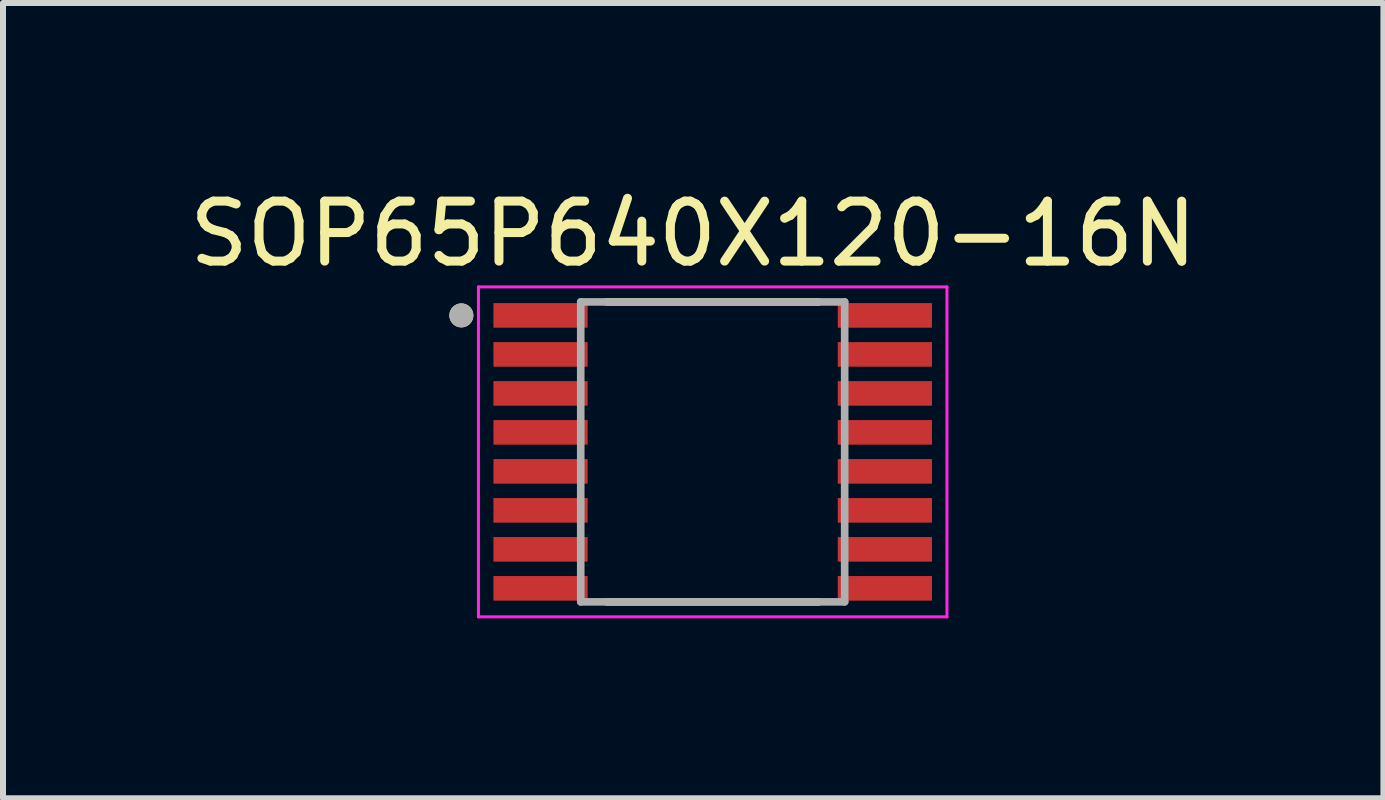
<source format=kicad_pcb>
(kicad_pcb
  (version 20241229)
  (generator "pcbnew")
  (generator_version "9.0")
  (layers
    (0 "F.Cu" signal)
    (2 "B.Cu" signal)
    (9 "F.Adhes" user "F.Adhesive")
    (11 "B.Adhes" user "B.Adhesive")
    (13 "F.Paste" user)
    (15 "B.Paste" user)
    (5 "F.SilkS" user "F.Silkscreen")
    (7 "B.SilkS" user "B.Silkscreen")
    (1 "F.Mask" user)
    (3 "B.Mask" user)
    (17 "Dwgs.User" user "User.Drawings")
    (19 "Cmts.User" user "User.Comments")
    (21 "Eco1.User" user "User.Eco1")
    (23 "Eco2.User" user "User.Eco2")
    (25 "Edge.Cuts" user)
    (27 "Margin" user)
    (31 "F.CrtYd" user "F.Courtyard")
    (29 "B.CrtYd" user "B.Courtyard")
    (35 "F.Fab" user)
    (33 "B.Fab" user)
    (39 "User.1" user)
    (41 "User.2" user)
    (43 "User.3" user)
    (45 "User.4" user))
  (footprint "SOP65P640X120-16N"
    (layer "F.Cu")
    (at 8.831 4.483)
    (property "Reference" "SOP65P640X120-16N" (at -0.325 -3.635 0) (layer "F.SilkS") (effects (font (size 1 1) (thickness 0.15))))
    (attr through_hole)
    (fp_line (start -1.765 -2.5) (end 1.765 -2.5) (stroke (width 0.127) (type solid)) (layer "F.SilkS"))
    (fp_line (start 1.765 2.5) (end -1.765 2.5) (stroke (width 0.127) (type solid)) (layer "F.SilkS"))
    (fp_circle (center -4.19 -2.275) (end -4.09 -2.275) (stroke (width 0.2) (type solid)) (fill no) (layer "F.SilkS"))
    (fp_line (start -3.905 -2.75) (end -3.905 2.75) (stroke (width 0.05) (type solid)) (layer "F.CrtYd"))
    (fp_line (start -3.905 -2.75) (end 3.905 -2.75) (stroke (width 0.05) (type solid)) (layer "F.CrtYd"))
    (fp_line (start -3.905 2.75) (end 3.905 2.75) (stroke (width 0.05) (type solid)) (layer "F.CrtYd"))
    (fp_line (start 3.905 -2.75) (end 3.905 2.75) (stroke (width 0.05) (type solid)) (layer "F.CrtYd"))
    (fp_line (start -2.2 -2.5) (end -2.2 2.5) (stroke (width 0.127) (type solid)) (layer "F.Fab"))
    (fp_line (start -2.2 -2.5) (end 2.2 -2.5) (stroke (width 0.127) (type solid)) (layer "F.Fab"))
    (fp_line (start -2.2 2.5) (end 2.2 2.5) (stroke (width 0.127) (type solid)) (layer "F.Fab"))
    (fp_line (start 2.2 -2.5) (end 2.2 2.5) (stroke (width 0.127) (type solid)) (layer "F.Fab"))
    (fp_circle (center -4.19 -2.275) (end -4.09 -2.275) (stroke (width 0.2) (type solid)) (fill no) (layer "F.Fab"))
    (pad "1" smd rect (at -2.87 -2.275) (size 1.57 0.41) (layers "F.Cu" "F.Mask" "F.Paste"))
    (pad "2" smd rect (at -2.87 -1.625) (size 1.57 0.41) (layers "F.Cu" "F.Mask" "F.Paste"))
    (pad "3" smd rect (at -2.87 -0.975) (size 1.57 0.41) (layers "F.Cu" "F.Mask" "F.Paste"))
    (pad "4" smd rect (at -2.87 -0.325) (size 1.57 0.41) (layers "F.Cu" "F.Mask" "F.Paste"))
    (pad "5" smd rect (at -2.87 0.325) (size 1.57 0.41) (layers "F.Cu" "F.Mask" "F.Paste"))
    (pad "6" smd rect (at -2.87 0.975) (size 1.57 0.41) (layers "F.Cu" "F.Mask" "F.Paste"))
    (pad "7" smd rect (at -2.87 1.625) (size 1.57 0.41) (layers "F.Cu" "F.Mask" "F.Paste"))
    (pad "8" smd rect (at -2.87 2.275) (size 1.57 0.41) (layers "F.Cu" "F.Mask" "F.Paste"))
    (pad "9" smd rect (at 2.87 2.275) (size 1.57 0.41) (layers "F.Cu" "F.Mask" "F.Paste"))
    (pad "10" smd rect (at 2.87 1.625) (size 1.57 0.41) (layers "F.Cu" "F.Mask" "F.Paste"))
    (pad "11" smd rect (at 2.87 0.975) (size 1.57 0.41) (layers "F.Cu" "F.Mask" "F.Paste"))
    (pad "12" smd rect (at 2.87 0.325) (size 1.57 0.41) (layers "F.Cu" "F.Mask" "F.Paste"))
    (pad "13" smd rect (at 2.87 -0.325) (size 1.57 0.41) (layers "F.Cu" "F.Mask" "F.Paste"))
    (pad "14" smd rect (at 2.87 -0.975) (size 1.57 0.41) (layers "F.Cu" "F.Mask" "F.Paste"))
    (pad "15" smd rect (at 2.87 -1.625) (size 1.57 0.41) (layers "F.Cu" "F.Mask" "F.Paste"))
    (pad "16" smd rect (at 2.87 -2.275) (size 1.57 0.41) (layers "F.Cu" "F.Mask" "F.Paste")))
  (gr_rect
    (start -3 -3)
    (end 20.012 10.258)
    (stroke (width 0.1) (type default))
    (fill no)
    (layer "Edge.Cuts")))
</source>
